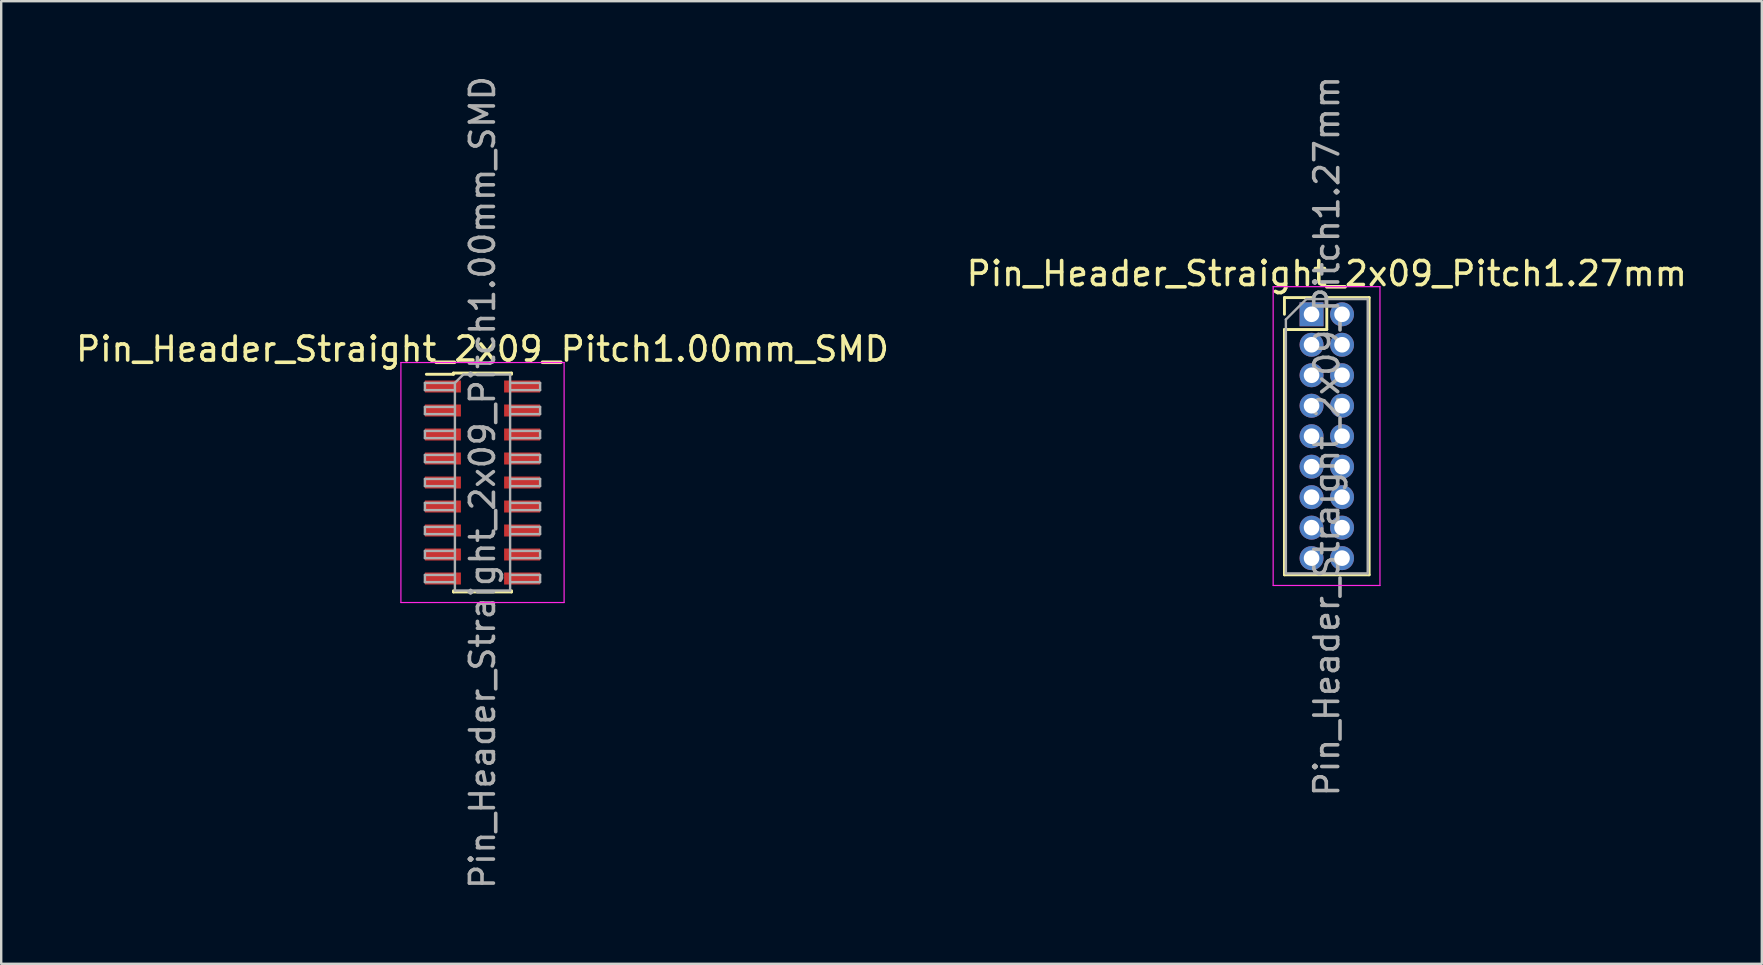
<source format=kicad_pcb>
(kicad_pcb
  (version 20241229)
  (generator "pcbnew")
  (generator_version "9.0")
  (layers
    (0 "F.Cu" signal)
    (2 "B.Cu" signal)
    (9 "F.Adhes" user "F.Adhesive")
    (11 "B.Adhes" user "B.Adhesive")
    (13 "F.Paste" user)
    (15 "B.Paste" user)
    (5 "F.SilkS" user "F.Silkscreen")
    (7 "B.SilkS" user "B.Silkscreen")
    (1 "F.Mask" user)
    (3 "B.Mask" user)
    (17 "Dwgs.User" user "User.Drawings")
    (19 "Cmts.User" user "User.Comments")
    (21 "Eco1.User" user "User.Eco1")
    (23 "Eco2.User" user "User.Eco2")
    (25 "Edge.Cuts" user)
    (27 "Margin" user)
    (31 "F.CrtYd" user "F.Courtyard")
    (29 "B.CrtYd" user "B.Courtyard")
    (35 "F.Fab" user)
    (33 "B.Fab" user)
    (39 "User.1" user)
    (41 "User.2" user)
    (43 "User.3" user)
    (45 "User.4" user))
  (footprint "Pin_Header_Straight_2x09_Pitch1.00mm_SMD"
    (layer "F.Cu")
    (at 17.054 17.054)
    (property "Reference" "Pin_Header_Straight_2x09_Pitch1.00mm_SMD" (at 0 -5.56 0) (layer "F.SilkS") (effects (font (size 1 1) (thickness 0.15))))
    (attr smd)
    (fp_line (start -2.34 -4.51) (end -1.21 -4.51) (stroke (width 0.12) (type solid)) (layer "F.SilkS"))
    (fp_line (start -1.21 -4.56) (end -1.21 -4.51) (stroke (width 0.12) (type solid)) (layer "F.SilkS"))
    (fp_line (start -1.21 -4.56) (end 1.21 -4.56) (stroke (width 0.12) (type solid)) (layer "F.SilkS"))
    (fp_line (start -1.21 4.51) (end -1.21 4.56) (stroke (width 0.12) (type solid)) (layer "F.SilkS"))
    (fp_line (start -1.21 4.56) (end 1.21 4.56) (stroke (width 0.12) (type solid)) (layer "F.SilkS"))
    (fp_line (start 1.21 -4.56) (end 1.21 -4.51) (stroke (width 0.12) (type solid)) (layer "F.SilkS"))
    (fp_line (start 1.21 4.51) (end 1.21 4.56) (stroke (width 0.12) (type solid)) (layer "F.SilkS"))
    (fp_line (start -3.4 -5) (end -3.4 5) (stroke (width 0.05) (type solid)) (layer "F.CrtYd"))
    (fp_line (start -3.4 5) (end 3.4 5) (stroke (width 0.05) (type solid)) (layer "F.CrtYd"))
    (fp_line (start 3.4 -5) (end -3.4 -5) (stroke (width 0.05) (type solid)) (layer "F.CrtYd"))
    (fp_line (start 3.4 5) (end 3.4 -5) (stroke (width 0.05) (type solid)) (layer "F.CrtYd"))
    (fp_line (start -2.4 -4.15) (end -2.4 -3.85) (stroke (width 0.1) (type solid)) (layer "F.Fab"))
    (fp_line (start -2.4 -3.85) (end -1.15 -3.85) (stroke (width 0.1) (type solid)) (layer "F.Fab"))
    (fp_line (start -2.4 -3.15) (end -2.4 -2.85) (stroke (width 0.1) (type solid)) (layer "F.Fab"))
    (fp_line (start -2.4 -2.85) (end -1.15 -2.85) (stroke (width 0.1) (type solid)) (layer "F.Fab"))
    (fp_line (start -2.4 -2.15) (end -2.4 -1.85) (stroke (width 0.1) (type solid)) (layer "F.Fab"))
    (fp_line (start -2.4 -1.85) (end -1.15 -1.85) (stroke (width 0.1) (type solid)) (layer "F.Fab"))
    (fp_line (start -2.4 -1.15) (end -2.4 -0.85) (stroke (width 0.1) (type solid)) (layer "F.Fab"))
    (fp_line (start -2.4 -0.85) (end -1.15 -0.85) (stroke (width 0.1) (type solid)) (layer "F.Fab"))
    (fp_line (start -2.4 -0.15) (end -2.4 0.15) (stroke (width 0.1) (type solid)) (layer "F.Fab"))
    (fp_line (start -2.4 0.15) (end -1.15 0.15) (stroke (width 0.1) (type solid)) (layer "F.Fab"))
    (fp_line (start -2.4 0.85) (end -2.4 1.15) (stroke (width 0.1) (type solid)) (layer "F.Fab"))
    (fp_line (start -2.4 1.15) (end -1.15 1.15) (stroke (width 0.1) (type solid)) (layer "F.Fab"))
    (fp_line (start -2.4 1.85) (end -2.4 2.15) (stroke (width 0.1) (type solid)) (layer "F.Fab"))
    (fp_line (start -2.4 2.15) (end -1.15 2.15) (stroke (width 0.1) (type solid)) (layer "F.Fab"))
    (fp_line (start -2.4 2.85) (end -2.4 3.15) (stroke (width 0.1) (type solid)) (layer "F.Fab"))
    (fp_line (start -2.4 3.15) (end -1.15 3.15) (stroke (width 0.1) (type solid)) (layer "F.Fab"))
    (fp_line (start -2.4 3.85) (end -2.4 4.15) (stroke (width 0.1) (type solid)) (layer "F.Fab"))
    (fp_line (start -2.4 4.15) (end -1.15 4.15) (stroke (width 0.1) (type solid)) (layer "F.Fab"))
    (fp_line (start -1.15 -4.15) (end -2.4 -4.15) (stroke (width 0.1) (type solid)) (layer "F.Fab"))
    (fp_line (start -1.15 -4.15) (end -0.8 -4.5) (stroke (width 0.1) (type solid)) (layer "F.Fab"))
    (fp_line (start -1.15 -3.15) (end -2.4 -3.15) (stroke (width 0.1) (type solid)) (layer "F.Fab"))
    (fp_line (start -1.15 -2.15) (end -2.4 -2.15) (stroke (width 0.1) (type solid)) (layer "F.Fab"))
    (fp_line (start -1.15 -1.15) (end -2.4 -1.15) (stroke (width 0.1) (type solid)) (layer "F.Fab"))
    (fp_line (start -1.15 -0.15) (end -2.4 -0.15) (stroke (width 0.1) (type solid)) (layer "F.Fab"))
    (fp_line (start -1.15 0.85) (end -2.4 0.85) (stroke (width 0.1) (type solid)) (layer "F.Fab"))
    (fp_line (start -1.15 1.85) (end -2.4 1.85) (stroke (width 0.1) (type solid)) (layer "F.Fab"))
    (fp_line (start -1.15 2.85) (end -2.4 2.85) (stroke (width 0.1) (type solid)) (layer "F.Fab"))
    (fp_line (start -1.15 3.85) (end -2.4 3.85) (stroke (width 0.1) (type solid)) (layer "F.Fab"))
    (fp_line (start -1.15 4.5) (end -1.15 -4.15) (stroke (width 0.1) (type solid)) (layer "F.Fab"))
    (fp_line (start -0.8 -4.5) (end 1.15 -4.5) (stroke (width 0.1) (type solid)) (layer "F.Fab"))
    (fp_line (start 1.15 -4.5) (end 1.15 4.5) (stroke (width 0.1) (type solid)) (layer "F.Fab"))
    (fp_line (start 1.15 -4.15) (end 2.4 -4.15) (stroke (width 0.1) (type solid)) (layer "F.Fab"))
    (fp_line (start 1.15 -3.15) (end 2.4 -3.15) (stroke (width 0.1) (type solid)) (layer "F.Fab"))
    (fp_line (start 1.15 -2.15) (end 2.4 -2.15) (stroke (width 0.1) (type solid)) (layer "F.Fab"))
    (fp_line (start 1.15 -1.15) (end 2.4 -1.15) (stroke (width 0.1) (type solid)) (layer "F.Fab"))
    (fp_line (start 1.15 -0.15) (end 2.4 -0.15) (stroke (width 0.1) (type solid)) (layer "F.Fab"))
    (fp_line (start 1.15 0.85) (end 2.4 0.85) (stroke (width 0.1) (type solid)) (layer "F.Fab"))
    (fp_line (start 1.15 1.85) (end 2.4 1.85) (stroke (width 0.1) (type solid)) (layer "F.Fab"))
    (fp_line (start 1.15 2.85) (end 2.4 2.85) (stroke (width 0.1) (type solid)) (layer "F.Fab"))
    (fp_line (start 1.15 3.85) (end 2.4 3.85) (stroke (width 0.1) (type solid)) (layer "F.Fab"))
    (fp_line (start 1.15 4.5) (end -1.15 4.5) (stroke (width 0.1) (type solid)) (layer "F.Fab"))
    (fp_line (start 2.4 -4.15) (end 2.4 -3.85) (stroke (width 0.1) (type solid)) (layer "F.Fab"))
    (fp_line (start 2.4 -3.85) (end 1.15 -3.85) (stroke (width 0.1) (type solid)) (layer "F.Fab"))
    (fp_line (start 2.4 -3.15) (end 2.4 -2.85) (stroke (width 0.1) (type solid)) (layer "F.Fab"))
    (fp_line (start 2.4 -2.85) (end 1.15 -2.85) (stroke (width 0.1) (type solid)) (layer "F.Fab"))
    (fp_line (start 2.4 -2.15) (end 2.4 -1.85) (stroke (width 0.1) (type solid)) (layer "F.Fab"))
    (fp_line (start 2.4 -1.85) (end 1.15 -1.85) (stroke (width 0.1) (type solid)) (layer "F.Fab"))
    (fp_line (start 2.4 -1.15) (end 2.4 -0.85) (stroke (width 0.1) (type solid)) (layer "F.Fab"))
    (fp_line (start 2.4 -0.85) (end 1.15 -0.85) (stroke (width 0.1) (type solid)) (layer "F.Fab"))
    (fp_line (start 2.4 -0.15) (end 2.4 0.15) (stroke (width 0.1) (type solid)) (layer "F.Fab"))
    (fp_line (start 2.4 0.15) (end 1.15 0.15) (stroke (width 0.1) (type solid)) (layer "F.Fab"))
    (fp_line (start 2.4 0.85) (end 2.4 1.15) (stroke (width 0.1) (type solid)) (layer "F.Fab"))
    (fp_line (start 2.4 1.15) (end 1.15 1.15) (stroke (width 0.1) (type solid)) (layer "F.Fab"))
    (fp_line (start 2.4 1.85) (end 2.4 2.15) (stroke (width 0.1) (type solid)) (layer "F.Fab"))
    (fp_line (start 2.4 2.15) (end 1.15 2.15) (stroke (width 0.1) (type solid)) (layer "F.Fab"))
    (fp_line (start 2.4 2.85) (end 2.4 3.15) (stroke (width 0.1) (type solid)) (layer "F.Fab"))
    (fp_line (start 2.4 3.15) (end 1.15 3.15) (stroke (width 0.1) (type solid)) (layer "F.Fab"))
    (fp_line (start 2.4 3.85) (end 2.4 4.15) (stroke (width 0.1) (type solid)) (layer "F.Fab"))
    (fp_line (start 2.4 4.15) (end 1.15 4.15) (stroke (width 0.1) (type solid)) (layer "F.Fab"))
    (fp_text user "${REFERENCE}" (at 0 0 90) (layer "F.Fab") (effects (font (size 1 1) (thickness 0.15))))
    (pad "1" smd rect (at -1.65 -4) (size 1.5 0.5) (layers "F.Cu" "F.Mask" "F.Paste"))
    (pad "2" smd rect (at 1.65 -4) (size 1.5 0.5) (layers "F.Cu" "F.Mask" "F.Paste"))
    (pad "3" smd rect (at -1.65 -3) (size 1.5 0.5) (layers "F.Cu" "F.Mask" "F.Paste"))
    (pad "4" smd rect (at 1.65 -3) (size 1.5 0.5) (layers "F.Cu" "F.Mask" "F.Paste"))
    (pad "5" smd rect (at -1.65 -2) (size 1.5 0.5) (layers "F.Cu" "F.Mask" "F.Paste"))
    (pad "6" smd rect (at 1.65 -2) (size 1.5 0.5) (layers "F.Cu" "F.Mask" "F.Paste"))
    (pad "7" smd rect (at -1.65 -1) (size 1.5 0.5) (layers "F.Cu" "F.Mask" "F.Paste"))
    (pad "8" smd rect (at 1.65 -1) (size 1.5 0.5) (layers "F.Cu" "F.Mask" "F.Paste"))
    (pad "9" smd rect (at -1.65 0) (size 1.5 0.5) (layers "F.Cu" "F.Mask" "F.Paste"))
    (pad "10" smd rect (at 1.65 0) (size 1.5 0.5) (layers "F.Cu" "F.Mask" "F.Paste"))
    (pad "11" smd rect (at -1.65 1) (size 1.5 0.5) (layers "F.Cu" "F.Mask" "F.Paste"))
    (pad "12" smd rect (at 1.65 1) (size 1.5 0.5) (layers "F.Cu" "F.Mask" "F.Paste"))
    (pad "13" smd rect (at -1.65 2) (size 1.5 0.5) (layers "F.Cu" "F.Mask" "F.Paste"))
    (pad "14" smd rect (at 1.65 2) (size 1.5 0.5) (layers "F.Cu" "F.Mask" "F.Paste"))
    (pad "15" smd rect (at -1.65 3) (size 1.5 0.5) (layers "F.Cu" "F.Mask" "F.Paste"))
    (pad "16" smd rect (at 1.65 3) (size 1.5 0.5) (layers "F.Cu" "F.Mask" "F.Paste"))
    (pad "17" smd rect (at -1.65 4) (size 1.5 0.5) (layers "F.Cu" "F.Mask" "F.Paste"))
    (pad "18" smd rect (at 1.65 4) (size 1.5 0.5) (layers "F.Cu" "F.Mask" "F.Paste")))
  (footprint "Pin_Header_Straight_2x09_Pitch1.27mm"
    (layer "F.Cu")
    (at 51.597 10.045)
    (property "Reference" "Pin_Header_Straight_2x09_Pitch1.27mm" (at 0.635 -1.695 0) (layer "F.SilkS") (effects (font (size 1 1) (thickness 0.15))))
    (attr through_hole)
    (fp_line (start -1.13 -0.695) (end 0 -0.695) (stroke (width 0.12) (type solid)) (layer "F.SilkS"))
    (fp_line (start -1.13 0) (end -1.13 -0.695) (stroke (width 0.12) (type solid)) (layer "F.SilkS"))
    (fp_line (start -1.13 0.635) (end -1.13 10.855) (stroke (width 0.12) (type solid)) (layer "F.SilkS"))
    (fp_line (start -1.13 10.855) (end 2.4 10.855) (stroke (width 0.12) (type solid)) (layer "F.SilkS"))
    (fp_line (start 0.635 -0.695) (end 0.635 0.635) (stroke (width 0.12) (type solid)) (layer "F.SilkS"))
    (fp_line (start 0.635 0.635) (end -1.13 0.635) (stroke (width 0.12) (type solid)) (layer "F.SilkS"))
    (fp_line (start 2.4 -0.695) (end 0.635 -0.695) (stroke (width 0.12) (type solid)) (layer "F.SilkS"))
    (fp_line (start 2.4 10.855) (end 2.4 -0.695) (stroke (width 0.12) (type solid)) (layer "F.SilkS"))
    (fp_line (start -1.6 -1.15) (end -1.6 11.3) (stroke (width 0.05) (type solid)) (layer "F.CrtYd"))
    (fp_line (start -1.6 11.3) (end 2.85 11.3) (stroke (width 0.05) (type solid)) (layer "F.CrtYd"))
    (fp_line (start 2.85 -1.15) (end -1.6 -1.15) (stroke (width 0.05) (type solid)) (layer "F.CrtYd"))
    (fp_line (start 2.85 11.3) (end 2.85 -1.15) (stroke (width 0.05) (type solid)) (layer "F.CrtYd"))
    (fp_line (start -1.07 0.217) (end -0.217 -0.635) (stroke (width 0.1) (type solid)) (layer "F.Fab"))
    (fp_line (start -1.07 10.795) (end -1.07 0.217) (stroke (width 0.1) (type solid)) (layer "F.Fab"))
    (fp_line (start -0.217 -0.635) (end 2.34 -0.635) (stroke (width 0.1) (type solid)) (layer "F.Fab"))
    (fp_line (start 2.34 -0.635) (end 2.34 10.795) (stroke (width 0.1) (type solid)) (layer "F.Fab"))
    (fp_line (start 2.34 10.795) (end -1.07 10.795) (stroke (width 0.1) (type solid)) (layer "F.Fab"))
    (fp_text user "${REFERENCE}" (at 0.635 5.08 90) (layer "F.Fab") (effects (font (size 1 1) (thickness 0.15))))
    (pad "1" thru_hole rect (at 0 0) (size 1 1) (drill 0.65) (layers "*.Cu" "*.Mask"))
    (pad "2" thru_hole oval (at 1.27 0) (size 1 1) (drill 0.65) (layers "*.Cu" "*.Mask"))
    (pad "3" thru_hole oval (at 0 1.27) (size 1 1) (drill 0.65) (layers "*.Cu" "*.Mask"))
    (pad "4" thru_hole oval (at 1.27 1.27) (size 1 1) (drill 0.65) (layers "*.Cu" "*.Mask"))
    (pad "5" thru_hole oval (at 0 2.54) (size 1 1) (drill 0.65) (layers "*.Cu" "*.Mask"))
    (pad "6" thru_hole oval (at 1.27 2.54) (size 1 1) (drill 0.65) (layers "*.Cu" "*.Mask"))
    (pad "7" thru_hole oval (at 0 3.81) (size 1 1) (drill 0.65) (layers "*.Cu" "*.Mask"))
    (pad "8" thru_hole oval (at 1.27 3.81) (size 1 1) (drill 0.65) (layers "*.Cu" "*.Mask"))
    (pad "9" thru_hole oval (at 0 5.08) (size 1 1) (drill 0.65) (layers "*.Cu" "*.Mask"))
    (pad "10" thru_hole oval (at 1.27 5.08) (size 1 1) (drill 0.65) (layers "*.Cu" "*.Mask"))
    (pad "11" thru_hole oval (at 0 6.35) (size 1 1) (drill 0.65) (layers "*.Cu" "*.Mask"))
    (pad "12" thru_hole oval (at 1.27 6.35) (size 1 1) (drill 0.65) (layers "*.Cu" "*.Mask"))
    (pad "13" thru_hole oval (at 0 7.62) (size 1 1) (drill 0.65) (layers "*.Cu" "*.Mask"))
    (pad "14" thru_hole oval (at 1.27 7.62) (size 1 1) (drill 0.65) (layers "*.Cu" "*.Mask"))
    (pad "15" thru_hole oval (at 0 8.89) (size 1 1) (drill 0.65) (layers "*.Cu" "*.Mask"))
    (pad "16" thru_hole oval (at 1.27 8.89) (size 1 1) (drill 0.65) (layers "*.Cu" "*.Mask"))
    (pad "17" thru_hole oval (at 0 10.16) (size 1 1) (drill 0.65) (layers "*.Cu" "*.Mask"))
    (pad "18" thru_hole oval (at 1.27 10.16) (size 1 1) (drill 0.65) (layers "*.Cu" "*.Mask")))
  (gr_rect
    (start -3 -3)
    (end 70.357 37.107)
    (stroke (width 0.1) (type default))
    (fill no)
    (layer "Edge.Cuts")))
</source>
